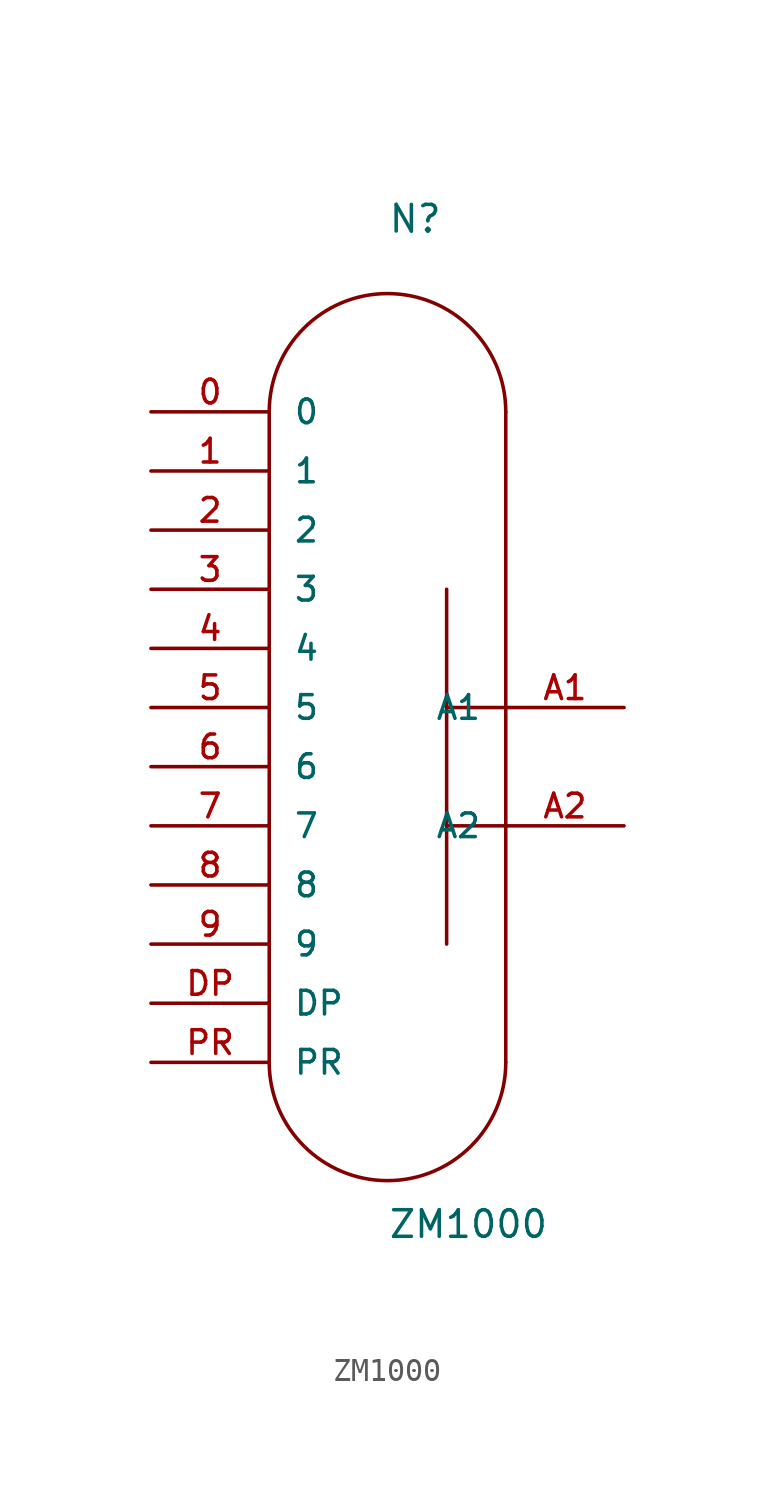
<source format=kicad_sym>
(kicad_symbol_lib
  (version 20241209)
  (generator "kicad_symbol_editor")
  (generator_version "9.0")
  (symbol "ZM1000"
    (pin_names
      (offset 1.016))
    (property "Reference" "N"
      (at 0 22.86 0)
      (effects (font (size 1.143 1.143)) (justify left bottom)))
    (property "Value" "ZM1000"
      (at 0 -20.32 0)
      (effects (font (size 1.143 1.143)) (justify left bottom)))
    (property "ki_locked" ""
      (at 0 0 0)
      (effects (font (size 1.27 1.27))))
    (symbol "ZM1000_1_0"
      (polyline (pts (xy -5.08 15.24) (xy -5.08 -12.7)) (stroke (width 0) (type solid)) (fill (type none)))
      (polyline (pts (xy 2.54 7.62) (xy 2.54 2.54)) (stroke (width 0) (type solid)) (fill (type none)))
      (polyline (pts (xy 2.54 2.54) (xy 2.54 -2.54)) (stroke (width 0) (type solid)) (fill (type none)))
      (polyline (pts (xy 2.54 2.54) (xy 5.08 2.54)) (stroke (width 0) (type solid)) (fill (type none)))
      (polyline (pts (xy 2.54 -2.54) (xy 2.54 -7.62)) (stroke (width 0) (type solid)) (fill (type none)))
      (polyline (pts (xy 5.08 15.24) (xy 5.08 2.54)) (stroke (width 0) (type solid)) (fill (type none)))
      (polyline (pts (xy 5.08 2.54) (xy 5.08 -2.54)) (stroke (width 0) (type solid)) (fill (type none)))
      (polyline (pts (xy 5.08 -2.54) (xy 2.54 -2.54)) (stroke (width 0) (type solid)) (fill (type none)))
      (polyline (pts (xy 5.08 -2.54) (xy 5.08 -12.7)) (stroke (width 0) (type solid)) (fill (type none))))
    (symbol "ZM1000_1_1"
      (arc (start -5.08 15.24) (mid 0 20.32) (end 5.08 15.24) (stroke (width 0) (type solid)) (fill (type none)))
      (arc (start 5.08 -12.7) (mid 0 -17.78) (end -5.08 -12.7) (stroke (width 0) (type solid)) (fill (type none)))
      (pin passive line (at -10.16 15.24 0) (length 5.08) (name "0" (effects (font (size 1.016 1.016)))) (number "0" (effects (font (size 1.016 1.016)))))
      (pin passive line (at -10.16 12.7 0) (length 5.08) (name "1" (effects (font (size 1.016 1.016)))) (number "1" (effects (font (size 1.016 1.016)))))
      (pin passive line (at -10.16 10.16 0) (length 5.08) (name "2" (effects (font (size 1.016 1.016)))) (number "2" (effects (font (size 1.016 1.016)))))
      (pin passive line (at -10.16 7.62 0) (length 5.08) (name "3" (effects (font (size 1.016 1.016)))) (number "3" (effects (font (size 1.016 1.016)))))
      (pin passive line (at -10.16 5.08 0) (length 5.08) (name "4" (effects (font (size 1.016 1.016)))) (number "4" (effects (font (size 1.016 1.016)))))
      (pin passive line (at -10.16 2.54 0) (length 5.08) (name "5" (effects (font (size 1.016 1.016)))) (number "5" (effects (font (size 1.016 1.016)))))
      (pin passive line (at -10.16 0 0) (length 5.08) (name "6" (effects (font (size 1.016 1.016)))) (number "6" (effects (font (size 1.016 1.016)))))
      (pin passive line (at -10.16 -2.54 0) (length 5.08) (name "7" (effects (font (size 1.016 1.016)))) (number "7" (effects (font (size 1.016 1.016)))))
      (pin passive line (at -10.16 -5.08 0) (length 5.08) (name "8" (effects (font (size 1.016 1.016)))) (number "8" (effects (font (size 1.016 1.016)))))
      (pin passive line (at -10.16 -7.62 0) (length 5.08) (name "9" (effects (font (size 1.016 1.016)))) (number "9" (effects (font (size 1.016 1.016)))))
      (pin passive line (at -10.16 -10.16 0) (length 5.08) (name "DP" (effects (font (size 1.016 1.016)))) (number "DP" (effects (font (size 1.016 1.016)))))
      (pin passive line (at -10.16 -12.7 0) (length 5.08) (name "PR" (effects (font (size 1.016 1.016)))) (number "PR" (effects (font (size 1.016 1.016)))))
      (pin passive line (at 10.16 2.54 180) (length 5.08) (name "A1" (effects (font (size 1.016 1.016)))) (number "A1" (effects (font (size 1.016 1.016)))))
      (pin passive line (at 10.16 -2.54 180) (length 5.08) (name "A2" (effects (font (size 1.016 1.016)))) (number "A2" (effects (font (size 1.016 1.016))))))))
</source>
